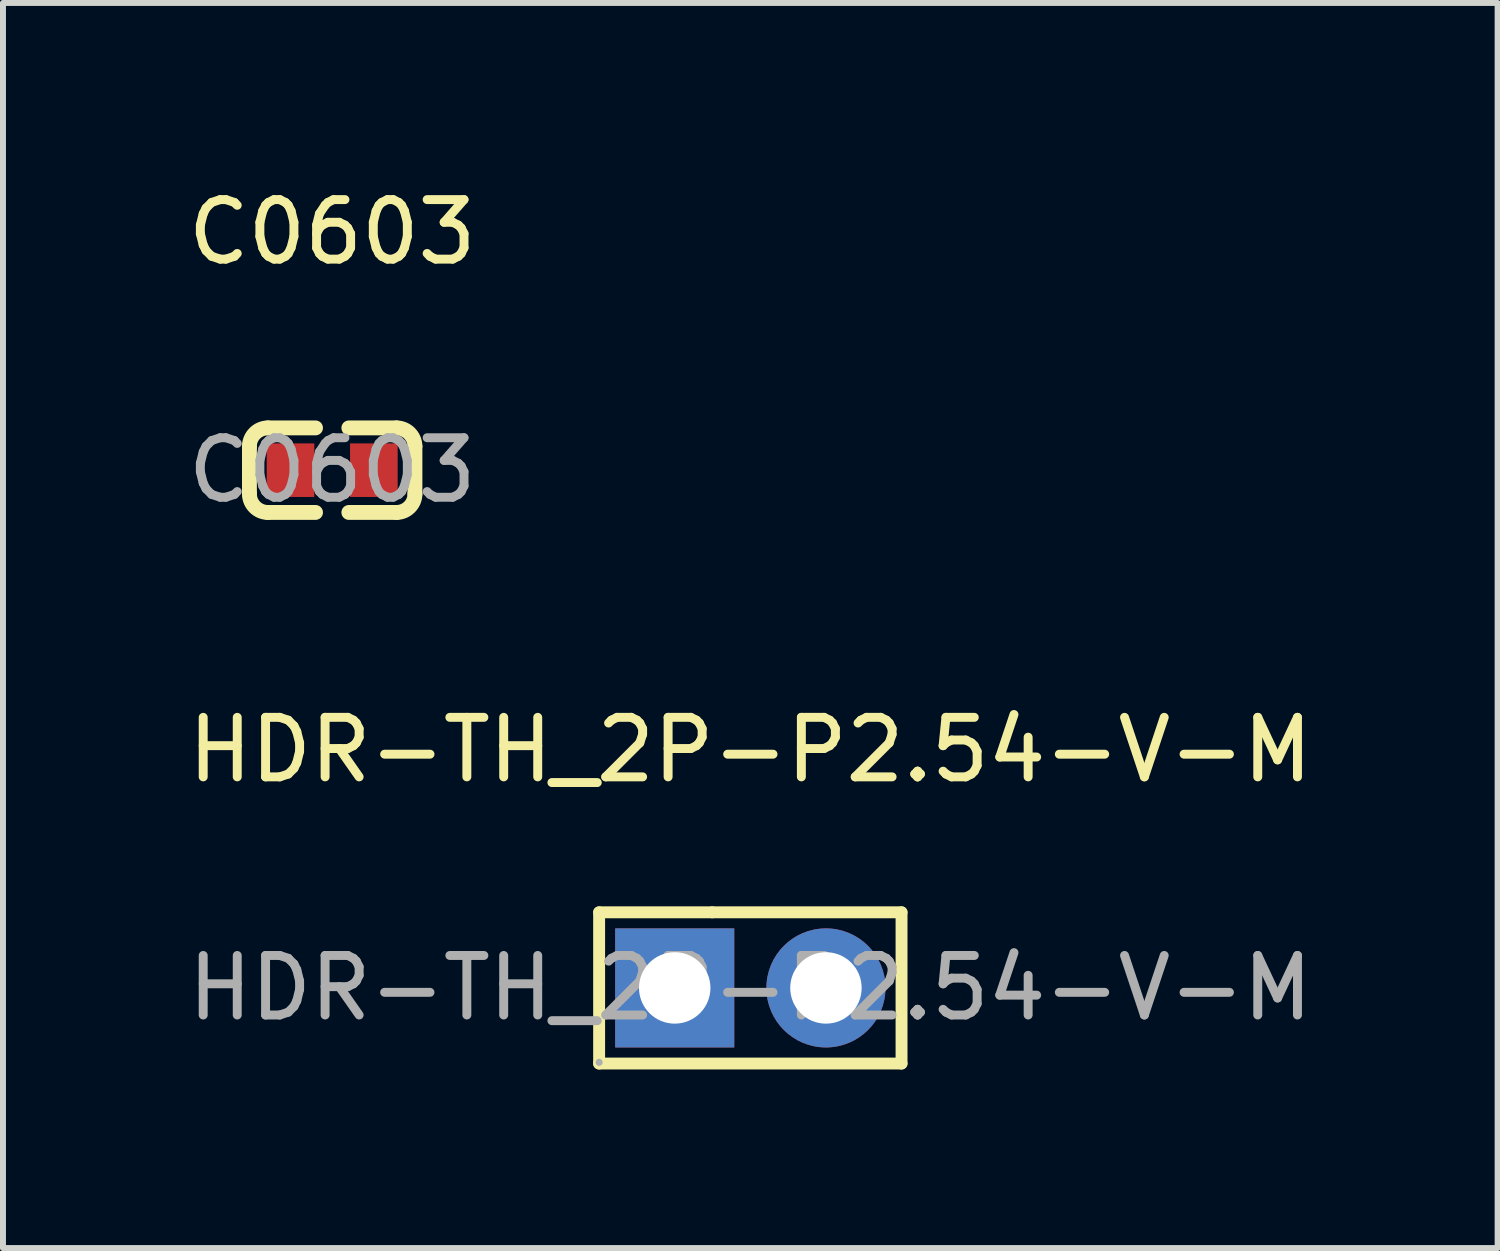
<source format=kicad_pcb>
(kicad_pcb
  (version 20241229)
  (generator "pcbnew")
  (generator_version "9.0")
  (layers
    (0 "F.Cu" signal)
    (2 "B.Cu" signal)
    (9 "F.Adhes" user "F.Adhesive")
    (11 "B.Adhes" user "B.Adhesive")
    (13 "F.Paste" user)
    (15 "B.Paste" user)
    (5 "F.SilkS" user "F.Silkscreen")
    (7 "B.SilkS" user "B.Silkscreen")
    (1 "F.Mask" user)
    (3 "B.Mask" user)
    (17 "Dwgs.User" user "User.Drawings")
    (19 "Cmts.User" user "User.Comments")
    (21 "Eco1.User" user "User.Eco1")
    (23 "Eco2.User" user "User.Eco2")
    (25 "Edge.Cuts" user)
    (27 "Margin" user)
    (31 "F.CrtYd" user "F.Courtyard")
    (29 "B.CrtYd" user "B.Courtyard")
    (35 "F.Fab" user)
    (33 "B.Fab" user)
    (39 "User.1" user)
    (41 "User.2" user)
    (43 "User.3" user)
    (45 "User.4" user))
  (footprint "C0603"
    (layer "F.Cu")
    (at 2.53 4.848)
    (property "Reference" "C0603" (at 0 -4 0) (layer "F.SilkS") (effects (font (size 1 1) (thickness 0.15))))
    (attr smd)
    (fp_line (start -1.39 0.4) (end -1.39 -0.4) (stroke (width 0.25) (type solid)) (layer "F.SilkS"))
    (fp_line (start -0.28 -0.71) (end -1.08 -0.71) (stroke (width 0.25) (type solid)) (layer "F.SilkS"))
    (fp_line (start -0.28 0.71) (end -1.08 0.71) (stroke (width 0.25) (type solid)) (layer "F.SilkS"))
    (fp_line (start 0.28 -0.71) (end 1.08 -0.71) (stroke (width 0.25) (type solid)) (layer "F.SilkS"))
    (fp_line (start 0.28 0.71) (end 1.08 0.71) (stroke (width 0.25) (type solid)) (layer "F.SilkS"))
    (fp_line (start 1.39 -0.4) (end 1.39 0.4) (stroke (width 0.25) (type solid)) (layer "F.SilkS"))
    (fp_arc (start -1.39 -0.4) (mid -1.299203 -0.619203) (end -1.08 -0.71) (stroke (width 0.25) (type solid)) (layer "F.SilkS"))
    (fp_arc (start -1.08 0.71) (mid -1.299203 0.619203) (end -1.39 0.4) (stroke (width 0.25) (type solid)) (layer "F.SilkS"))
    (fp_arc (start 1.08 -0.71) (mid 1.299203 -0.619203) (end 1.39 -0.4) (stroke (width 0.25) (type solid)) (layer "F.SilkS"))
    (fp_arc (start 1.39 0.4) (mid 1.299203 0.619203) (end 1.08 0.71) (stroke (width 0.25) (type solid)) (layer "F.SilkS"))
    (fp_circle (center -0.8 0.4) (end -0.77 0.4) (stroke (width 0.06) (type solid)) (fill no) (layer "F.Fab"))
    (fp_text user "${REFERENCE}" (at 0 0 0) (layer "F.Fab") (effects (font (size 1 1) (thickness 0.15))))
    (pad "1" smd rect (at -0.7 0) (size 0.8 0.9) (layers "F.Cu" "F.Mask" "F.Paste"))
    (pad "2" smd rect (at 0.7 0) (size 0.8 0.9) (layers "F.Cu" "F.Mask" "F.Paste")))
  (footprint "HDR-TH_2P-P2.54-V-M"
    (layer "F.Cu")
    (at 9.554 13.545)
    (property "Reference" "HDR-TH_2P-P2.54-V-M" (at 0 -4 0) (layer "F.SilkS") (effects (font (size 1 1) (thickness 0.15))))
    (attr through_hole)
    (fp_line (start -2.54 -1.27) (end -0.64 -1.27) (stroke (width 0.2) (type solid)) (layer "F.SilkS"))
    (fp_line (start -2.54 1.27) (end -2.54 -1.27) (stroke (width 0.2) (type solid)) (layer "F.SilkS"))
    (fp_line (start 2.54 -1.27) (end -0.64 -1.27) (stroke (width 0.2) (type solid)) (layer "F.SilkS"))
    (fp_line (start 2.54 -1.27) (end 2.54 1.27) (stroke (width 0.2) (type solid)) (layer "F.SilkS"))
    (fp_line (start 2.54 1.27) (end -2.54 1.27) (stroke (width 0.2) (type solid)) (layer "F.SilkS"))
    (fp_circle (center -2.54 1.25) (end -2.51 1.25) (stroke (width 0.06) (type solid)) (fill no) (layer "F.Fab"))
    (fp_text user "${REFERENCE}" (at 0 0 0) (layer "F.Fab") (effects (font (size 1 1) (thickness 0.15))))
    (pad "1" thru_hole rect (at -1.27 0) (size 2 2) (drill 1.2) (layers "*.Cu" "*.Mask"))
    (pad "2" thru_hole circle (at 1.27 0) (size 2 2) (drill 1.2) (layers "*.Cu" "*.Mask")))
  (gr_rect
    (start -3 -3)
    (end 22.107 17.915)
    (stroke (width 0.1) (type default))
    (fill no)
    (layer "Edge.Cuts")))
</source>
